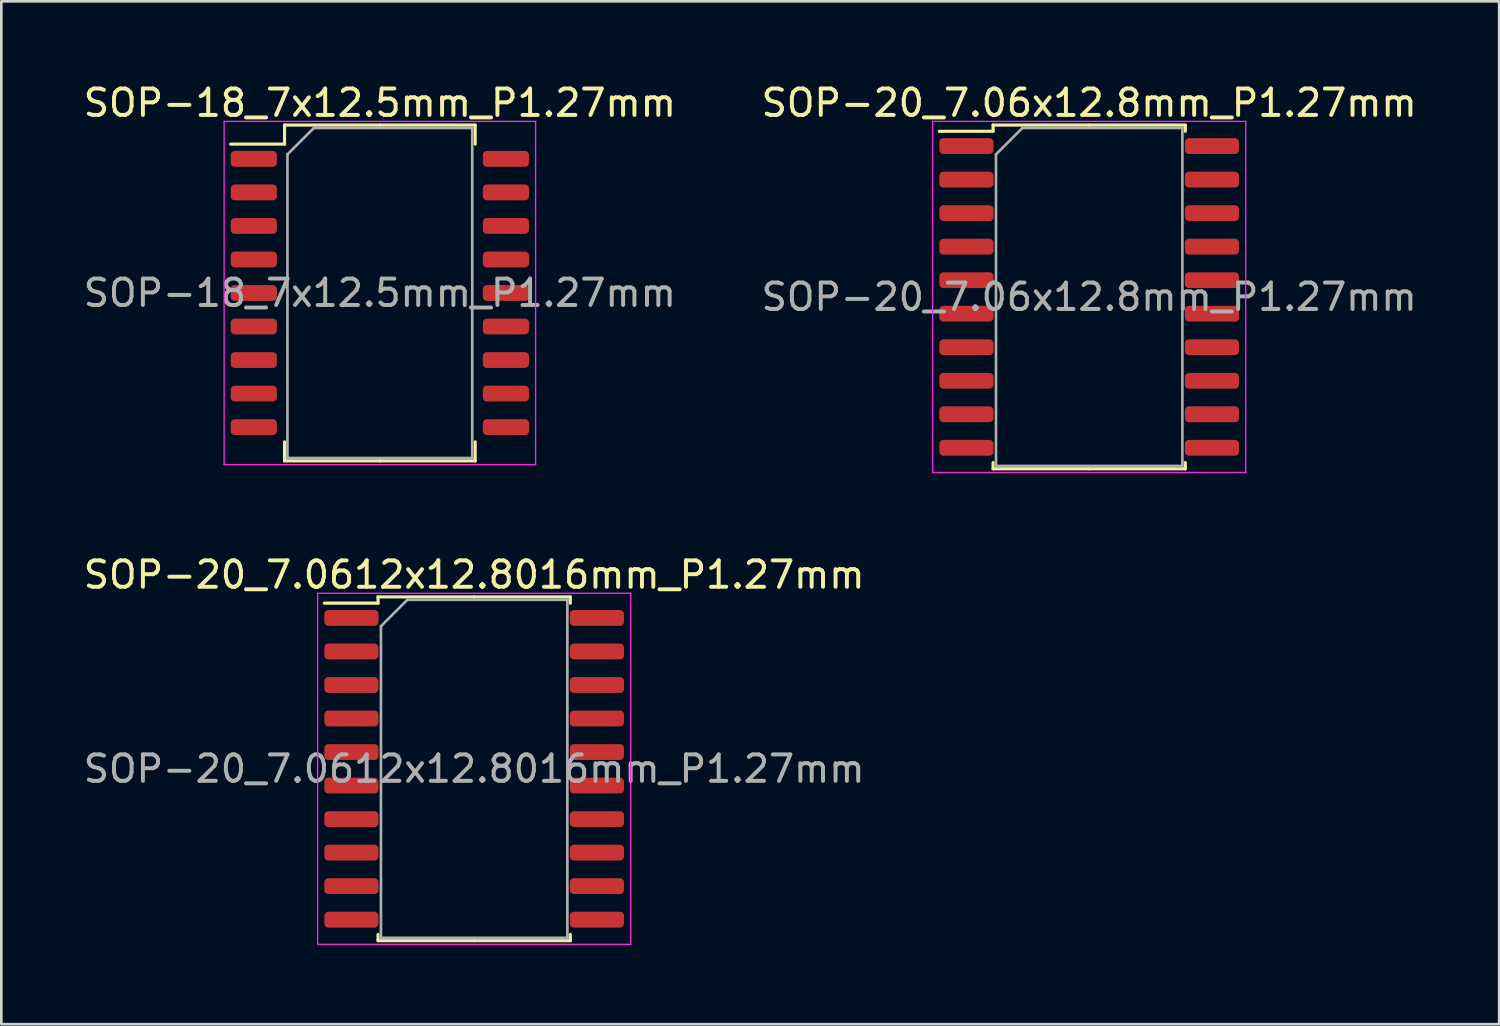
<source format=kicad_pcb>
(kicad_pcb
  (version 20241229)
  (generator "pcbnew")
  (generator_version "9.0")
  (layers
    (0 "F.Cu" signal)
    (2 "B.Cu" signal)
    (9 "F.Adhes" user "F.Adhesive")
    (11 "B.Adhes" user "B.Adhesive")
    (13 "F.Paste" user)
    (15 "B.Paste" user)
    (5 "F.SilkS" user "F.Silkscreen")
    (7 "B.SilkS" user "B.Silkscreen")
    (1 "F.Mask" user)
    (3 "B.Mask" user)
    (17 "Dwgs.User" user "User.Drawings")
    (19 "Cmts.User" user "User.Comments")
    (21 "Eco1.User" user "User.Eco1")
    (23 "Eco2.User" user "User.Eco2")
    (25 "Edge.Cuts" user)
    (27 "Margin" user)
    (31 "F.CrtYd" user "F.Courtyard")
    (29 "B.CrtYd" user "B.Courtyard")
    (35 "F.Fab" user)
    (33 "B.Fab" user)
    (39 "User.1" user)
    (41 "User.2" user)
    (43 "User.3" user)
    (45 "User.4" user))
  (footprint "SOP-20_7.0612x12.8016mm_P1.27mm"
    (layer "F.Cu")
    (at 14.911 26.072)
    (property "Reference" "SOP-20_7.0612x12.8016mm_P1.27mm" (at 0 -7.35 0) (layer "F.SilkS") (effects (font (size 1 1) (thickness 0.15))))
    (attr smd)
    (fp_line (start -3.641 -6.511) (end -3.641 -6.275) (stroke (width 0.12) (type solid)) (layer "F.SilkS"))
    (fp_line (start -3.641 -6.275) (end -5.675 -6.275) (stroke (width 0.12) (type solid)) (layer "F.SilkS"))
    (fp_line (start -3.641 6.511) (end -3.641 6.275) (stroke (width 0.12) (type solid)) (layer "F.SilkS"))
    (fp_line (start 0 -6.511) (end -3.641 -6.511) (stroke (width 0.12) (type solid)) (layer "F.SilkS"))
    (fp_line (start 0 -6.511) (end 3.641 -6.511) (stroke (width 0.12) (type solid)) (layer "F.SilkS"))
    (fp_line (start 0 6.511) (end -3.641 6.511) (stroke (width 0.12) (type solid)) (layer "F.SilkS"))
    (fp_line (start 0 6.511) (end 3.641 6.511) (stroke (width 0.12) (type solid)) (layer "F.SilkS"))
    (fp_line (start 3.641 -6.511) (end 3.641 -6.275) (stroke (width 0.12) (type solid)) (layer "F.SilkS"))
    (fp_line (start 3.641 6.511) (end 3.641 6.275) (stroke (width 0.12) (type solid)) (layer "F.SilkS"))
    (fp_line (start -5.93 -6.65) (end -5.93 6.65) (stroke (width 0.05) (type solid)) (layer "F.CrtYd"))
    (fp_line (start -5.93 6.65) (end 5.93 6.65) (stroke (width 0.05) (type solid)) (layer "F.CrtYd"))
    (fp_line (start 5.93 -6.65) (end -5.93 -6.65) (stroke (width 0.05) (type solid)) (layer "F.CrtYd"))
    (fp_line (start 5.93 6.65) (end 5.93 -6.65) (stroke (width 0.05) (type solid)) (layer "F.CrtYd"))
    (fp_line (start -3.531 -5.401) (end -2.531 -6.401) (stroke (width 0.1) (type solid)) (layer "F.Fab"))
    (fp_line (start -3.531 6.401) (end -3.531 -5.401) (stroke (width 0.1) (type solid)) (layer "F.Fab"))
    (fp_line (start -2.531 -6.401) (end 3.531 -6.401) (stroke (width 0.1) (type solid)) (layer "F.Fab"))
    (fp_line (start 3.531 -6.401) (end 3.531 6.401) (stroke (width 0.1) (type solid)) (layer "F.Fab"))
    (fp_line (start 3.531 6.401) (end -3.531 6.401) (stroke (width 0.1) (type solid)) (layer "F.Fab"))
    (fp_text user "${REFERENCE}" (at 0 0 0) (layer "F.Fab") (effects (font (size 1 1) (thickness 0.15))))
    (pad "1" smd roundrect (at -4.65 -5.715) (size 2.05 0.6) (layers "F.Cu" "F.Mask" "F.Paste") (roundrect_rratio 0.25))
    (pad "2" smd roundrect (at -4.65 -4.445) (size 2.05 0.6) (layers "F.Cu" "F.Mask" "F.Paste") (roundrect_rratio 0.25))
    (pad "3" smd roundrect (at -4.65 -3.175) (size 2.05 0.6) (layers "F.Cu" "F.Mask" "F.Paste") (roundrect_rratio 0.25))
    (pad "4" smd roundrect (at -4.65 -1.905) (size 2.05 0.6) (layers "F.Cu" "F.Mask" "F.Paste") (roundrect_rratio 0.25))
    (pad "5" smd roundrect (at -4.65 -0.635) (size 2.05 0.6) (layers "F.Cu" "F.Mask" "F.Paste") (roundrect_rratio 0.25))
    (pad "6" smd roundrect (at -4.65 0.635) (size 2.05 0.6) (layers "F.Cu" "F.Mask" "F.Paste") (roundrect_rratio 0.25))
    (pad "7" smd roundrect (at -4.65 1.905) (size 2.05 0.6) (layers "F.Cu" "F.Mask" "F.Paste") (roundrect_rratio 0.25))
    (pad "8" smd roundrect (at -4.65 3.175) (size 2.05 0.6) (layers "F.Cu" "F.Mask" "F.Paste") (roundrect_rratio 0.25))
    (pad "9" smd roundrect (at -4.65 4.445) (size 2.05 0.6) (layers "F.Cu" "F.Mask" "F.Paste") (roundrect_rratio 0.25))
    (pad "10" smd roundrect (at -4.65 5.715) (size 2.05 0.6) (layers "F.Cu" "F.Mask" "F.Paste") (roundrect_rratio 0.25))
    (pad "11" smd roundrect (at 4.65 5.715) (size 2.05 0.6) (layers "F.Cu" "F.Mask" "F.Paste") (roundrect_rratio 0.25))
    (pad "12" smd roundrect (at 4.65 4.445) (size 2.05 0.6) (layers "F.Cu" "F.Mask" "F.Paste") (roundrect_rratio 0.25))
    (pad "13" smd roundrect (at 4.65 3.175) (size 2.05 0.6) (layers "F.Cu" "F.Mask" "F.Paste") (roundrect_rratio 0.25))
    (pad "14" smd roundrect (at 4.65 1.905) (size 2.05 0.6) (layers "F.Cu" "F.Mask" "F.Paste") (roundrect_rratio 0.25))
    (pad "15" smd roundrect (at 4.65 0.635) (size 2.05 0.6) (layers "F.Cu" "F.Mask" "F.Paste") (roundrect_rratio 0.25))
    (pad "16" smd roundrect (at 4.65 -0.635) (size 2.05 0.6) (layers "F.Cu" "F.Mask" "F.Paste") (roundrect_rratio 0.25))
    (pad "17" smd roundrect (at 4.65 -1.905) (size 2.05 0.6) (layers "F.Cu" "F.Mask" "F.Paste") (roundrect_rratio 0.25))
    (pad "18" smd roundrect (at 4.65 -3.175) (size 2.05 0.6) (layers "F.Cu" "F.Mask" "F.Paste") (roundrect_rratio 0.25))
    (pad "19" smd roundrect (at 4.65 -4.445) (size 2.05 0.6) (layers "F.Cu" "F.Mask" "F.Paste") (roundrect_rratio 0.25))
    (pad "20" smd roundrect (at 4.65 -5.715) (size 2.05 0.6) (layers "F.Cu" "F.Mask" "F.Paste") (roundrect_rratio 0.25)))
  (footprint "SOP-20_7.06x12.8mm_P1.27mm"
    (layer "F.Cu")
    (at 38.208 8.198)
    (property "Reference" "SOP-20_7.06x12.8mm_P1.27mm" (at 0 -7.35 0) (layer "F.SilkS") (effects (font (size 1 1) (thickness 0.15))))
    (attr smd)
    (fp_line (start -3.64 -6.51) (end -3.64 -6.275) (stroke (width 0.12) (type solid)) (layer "F.SilkS"))
    (fp_line (start -3.64 -6.275) (end -5.675 -6.275) (stroke (width 0.12) (type solid)) (layer "F.SilkS"))
    (fp_line (start -3.64 6.51) (end -3.64 6.275) (stroke (width 0.12) (type solid)) (layer "F.SilkS"))
    (fp_line (start 0 -6.51) (end -3.64 -6.51) (stroke (width 0.12) (type solid)) (layer "F.SilkS"))
    (fp_line (start 0 -6.51) (end 3.64 -6.51) (stroke (width 0.12) (type solid)) (layer "F.SilkS"))
    (fp_line (start 0 6.51) (end -3.64 6.51) (stroke (width 0.12) (type solid)) (layer "F.SilkS"))
    (fp_line (start 0 6.51) (end 3.64 6.51) (stroke (width 0.12) (type solid)) (layer "F.SilkS"))
    (fp_line (start 3.64 -6.51) (end 3.64 -6.275) (stroke (width 0.12) (type solid)) (layer "F.SilkS"))
    (fp_line (start 3.64 6.51) (end 3.64 6.275) (stroke (width 0.12) (type solid)) (layer "F.SilkS"))
    (fp_line (start -5.93 -6.65) (end -5.93 6.65) (stroke (width 0.05) (type solid)) (layer "F.CrtYd"))
    (fp_line (start -5.93 6.65) (end 5.93 6.65) (stroke (width 0.05) (type solid)) (layer "F.CrtYd"))
    (fp_line (start 5.93 -6.65) (end -5.93 -6.65) (stroke (width 0.05) (type solid)) (layer "F.CrtYd"))
    (fp_line (start 5.93 6.65) (end 5.93 -6.65) (stroke (width 0.05) (type solid)) (layer "F.CrtYd"))
    (fp_line (start -3.53 -5.4) (end -2.53 -6.4) (stroke (width 0.1) (type solid)) (layer "F.Fab"))
    (fp_line (start -3.53 6.4) (end -3.53 -5.4) (stroke (width 0.1) (type solid)) (layer "F.Fab"))
    (fp_line (start -2.53 -6.4) (end 3.53 -6.4) (stroke (width 0.1) (type solid)) (layer "F.Fab"))
    (fp_line (start 3.53 -6.4) (end 3.53 6.4) (stroke (width 0.1) (type solid)) (layer "F.Fab"))
    (fp_line (start 3.53 6.4) (end -3.53 6.4) (stroke (width 0.1) (type solid)) (layer "F.Fab"))
    (fp_text user "${REFERENCE}" (at 0 0 0) (layer "F.Fab") (effects (font (size 1 1) (thickness 0.15))))
    (pad "1" smd roundrect (at -4.65 -5.715) (size 2.05 0.6) (layers "F.Cu" "F.Mask" "F.Paste") (roundrect_rratio 0.25))
    (pad "2" smd roundrect (at -4.65 -4.445) (size 2.05 0.6) (layers "F.Cu" "F.Mask" "F.Paste") (roundrect_rratio 0.25))
    (pad "3" smd roundrect (at -4.65 -3.175) (size 2.05 0.6) (layers "F.Cu" "F.Mask" "F.Paste") (roundrect_rratio 0.25))
    (pad "4" smd roundrect (at -4.65 -1.905) (size 2.05 0.6) (layers "F.Cu" "F.Mask" "F.Paste") (roundrect_rratio 0.25))
    (pad "5" smd roundrect (at -4.65 -0.635) (size 2.05 0.6) (layers "F.Cu" "F.Mask" "F.Paste") (roundrect_rratio 0.25))
    (pad "6" smd roundrect (at -4.65 0.635) (size 2.05 0.6) (layers "F.Cu" "F.Mask" "F.Paste") (roundrect_rratio 0.25))
    (pad "7" smd roundrect (at -4.65 1.905) (size 2.05 0.6) (layers "F.Cu" "F.Mask" "F.Paste") (roundrect_rratio 0.25))
    (pad "8" smd roundrect (at -4.65 3.175) (size 2.05 0.6) (layers "F.Cu" "F.Mask" "F.Paste") (roundrect_rratio 0.25))
    (pad "9" smd roundrect (at -4.65 4.445) (size 2.05 0.6) (layers "F.Cu" "F.Mask" "F.Paste") (roundrect_rratio 0.25))
    (pad "10" smd roundrect (at -4.65 5.715) (size 2.05 0.6) (layers "F.Cu" "F.Mask" "F.Paste") (roundrect_rratio 0.25))
    (pad "11" smd roundrect (at 4.65 5.715) (size 2.05 0.6) (layers "F.Cu" "F.Mask" "F.Paste") (roundrect_rratio 0.25))
    (pad "12" smd roundrect (at 4.65 4.445) (size 2.05 0.6) (layers "F.Cu" "F.Mask" "F.Paste") (roundrect_rratio 0.25))
    (pad "13" smd roundrect (at 4.65 3.175) (size 2.05 0.6) (layers "F.Cu" "F.Mask" "F.Paste") (roundrect_rratio 0.25))
    (pad "14" smd roundrect (at 4.65 1.905) (size 2.05 0.6) (layers "F.Cu" "F.Mask" "F.Paste") (roundrect_rratio 0.25))
    (pad "15" smd roundrect (at 4.65 0.635) (size 2.05 0.6) (layers "F.Cu" "F.Mask" "F.Paste") (roundrect_rratio 0.25))
    (pad "16" smd roundrect (at 4.65 -0.635) (size 2.05 0.6) (layers "F.Cu" "F.Mask" "F.Paste") (roundrect_rratio 0.25))
    (pad "17" smd roundrect (at 4.65 -1.905) (size 2.05 0.6) (layers "F.Cu" "F.Mask" "F.Paste") (roundrect_rratio 0.25))
    (pad "18" smd roundrect (at 4.65 -3.175) (size 2.05 0.6) (layers "F.Cu" "F.Mask" "F.Paste") (roundrect_rratio 0.25))
    (pad "19" smd roundrect (at 4.65 -4.445) (size 2.05 0.6) (layers "F.Cu" "F.Mask" "F.Paste") (roundrect_rratio 0.25))
    (pad "20" smd roundrect (at 4.65 -5.715) (size 2.05 0.6) (layers "F.Cu" "F.Mask" "F.Paste") (roundrect_rratio 0.25)))
  (footprint "SOP-18_7x12.5mm_P1.27mm"
    (layer "F.Cu")
    (at 11.339 8.048)
    (property "Reference" "SOP-18_7x12.5mm_P1.27mm" (at 0 -7.2 0) (layer "F.SilkS") (effects (font (size 1 1) (thickness 0.15))))
    (attr smd)
    (fp_line (start -3.61 -6.36) (end -3.61 -5.64) (stroke (width 0.12) (type solid)) (layer "F.SilkS"))
    (fp_line (start -3.61 -5.64) (end -5.65 -5.64) (stroke (width 0.12) (type solid)) (layer "F.SilkS"))
    (fp_line (start -3.61 6.36) (end -3.61 5.64) (stroke (width 0.12) (type solid)) (layer "F.SilkS"))
    (fp_line (start 0 -6.36) (end -3.61 -6.36) (stroke (width 0.12) (type solid)) (layer "F.SilkS"))
    (fp_line (start 0 -6.36) (end 3.61 -6.36) (stroke (width 0.12) (type solid)) (layer "F.SilkS"))
    (fp_line (start 0 6.36) (end -3.61 6.36) (stroke (width 0.12) (type solid)) (layer "F.SilkS"))
    (fp_line (start 0 6.36) (end 3.61 6.36) (stroke (width 0.12) (type solid)) (layer "F.SilkS"))
    (fp_line (start 3.61 -6.36) (end 3.61 -5.64) (stroke (width 0.12) (type solid)) (layer "F.SilkS"))
    (fp_line (start 3.61 6.36) (end 3.61 5.64) (stroke (width 0.12) (type solid)) (layer "F.SilkS"))
    (fp_line (start -5.9 -6.5) (end -5.9 6.5) (stroke (width 0.05) (type solid)) (layer "F.CrtYd"))
    (fp_line (start -5.9 6.5) (end 5.9 6.5) (stroke (width 0.05) (type solid)) (layer "F.CrtYd"))
    (fp_line (start 5.9 -6.5) (end -5.9 -6.5) (stroke (width 0.05) (type solid)) (layer "F.CrtYd"))
    (fp_line (start 5.9 6.5) (end 5.9 -6.5) (stroke (width 0.05) (type solid)) (layer "F.CrtYd"))
    (fp_line (start -3.5 -5.25) (end -2.5 -6.25) (stroke (width 0.1) (type solid)) (layer "F.Fab"))
    (fp_line (start -3.5 6.25) (end -3.5 -5.25) (stroke (width 0.1) (type solid)) (layer "F.Fab"))
    (fp_line (start -2.5 -6.25) (end 3.5 -6.25) (stroke (width 0.1) (type solid)) (layer "F.Fab"))
    (fp_line (start 3.5 -6.25) (end 3.5 6.25) (stroke (width 0.1) (type solid)) (layer "F.Fab"))
    (fp_line (start 3.5 6.25) (end -3.5 6.25) (stroke (width 0.1) (type solid)) (layer "F.Fab"))
    (fp_text user "${REFERENCE}" (at 0 0 0) (layer "F.Fab") (effects (font (size 1 1) (thickness 0.15))))
    (pad "1" smd roundrect (at -4.775 -5.08) (size 1.75 0.6) (layers "F.Cu" "F.Mask" "F.Paste") (roundrect_rratio 0.25))
    (pad "2" smd roundrect (at -4.775 -3.81) (size 1.75 0.6) (layers "F.Cu" "F.Mask" "F.Paste") (roundrect_rratio 0.25))
    (pad "3" smd roundrect (at -4.775 -2.54) (size 1.75 0.6) (layers "F.Cu" "F.Mask" "F.Paste") (roundrect_rratio 0.25))
    (pad "4" smd roundrect (at -4.775 -1.27) (size 1.75 0.6) (layers "F.Cu" "F.Mask" "F.Paste") (roundrect_rratio 0.25))
    (pad "5" smd roundrect (at -4.775 0) (size 1.75 0.6) (layers "F.Cu" "F.Mask" "F.Paste") (roundrect_rratio 0.25))
    (pad "6" smd roundrect (at -4.775 1.27) (size 1.75 0.6) (layers "F.Cu" "F.Mask" "F.Paste") (roundrect_rratio 0.25))
    (pad "7" smd roundrect (at -4.775 2.54) (size 1.75 0.6) (layers "F.Cu" "F.Mask" "F.Paste") (roundrect_rratio 0.25))
    (pad "8" smd roundrect (at -4.775 3.81) (size 1.75 0.6) (layers "F.Cu" "F.Mask" "F.Paste") (roundrect_rratio 0.25))
    (pad "9" smd roundrect (at -4.775 5.08) (size 1.75 0.6) (layers "F.Cu" "F.Mask" "F.Paste") (roundrect_rratio 0.25))
    (pad "10" smd roundrect (at 4.775 5.08) (size 1.75 0.6) (layers "F.Cu" "F.Mask" "F.Paste") (roundrect_rratio 0.25))
    (pad "11" smd roundrect (at 4.775 3.81) (size 1.75 0.6) (layers "F.Cu" "F.Mask" "F.Paste") (roundrect_rratio 0.25))
    (pad "12" smd roundrect (at 4.775 2.54) (size 1.75 0.6) (layers "F.Cu" "F.Mask" "F.Paste") (roundrect_rratio 0.25))
    (pad "13" smd roundrect (at 4.775 1.27) (size 1.75 0.6) (layers "F.Cu" "F.Mask" "F.Paste") (roundrect_rratio 0.25))
    (pad "14" smd roundrect (at 4.775 0) (size 1.75 0.6) (layers "F.Cu" "F.Mask" "F.Paste") (roundrect_rratio 0.25))
    (pad "15" smd roundrect (at 4.775 -1.27) (size 1.75 0.6) (layers "F.Cu" "F.Mask" "F.Paste") (roundrect_rratio 0.25))
    (pad "16" smd roundrect (at 4.775 -2.54) (size 1.75 0.6) (layers "F.Cu" "F.Mask" "F.Paste") (roundrect_rratio 0.25))
    (pad "17" smd roundrect (at 4.775 -3.81) (size 1.75 0.6) (layers "F.Cu" "F.Mask" "F.Paste") (roundrect_rratio 0.25))
    (pad "18" smd roundrect (at 4.775 -5.08) (size 1.75 0.6) (layers "F.Cu" "F.Mask" "F.Paste") (roundrect_rratio 0.25)))
  (gr_rect
    (start -3 -3)
    (end 53.738 35.746)
    (stroke (width 0.1) (type default))
    (fill no)
    (layer "Edge.Cuts")))
</source>
